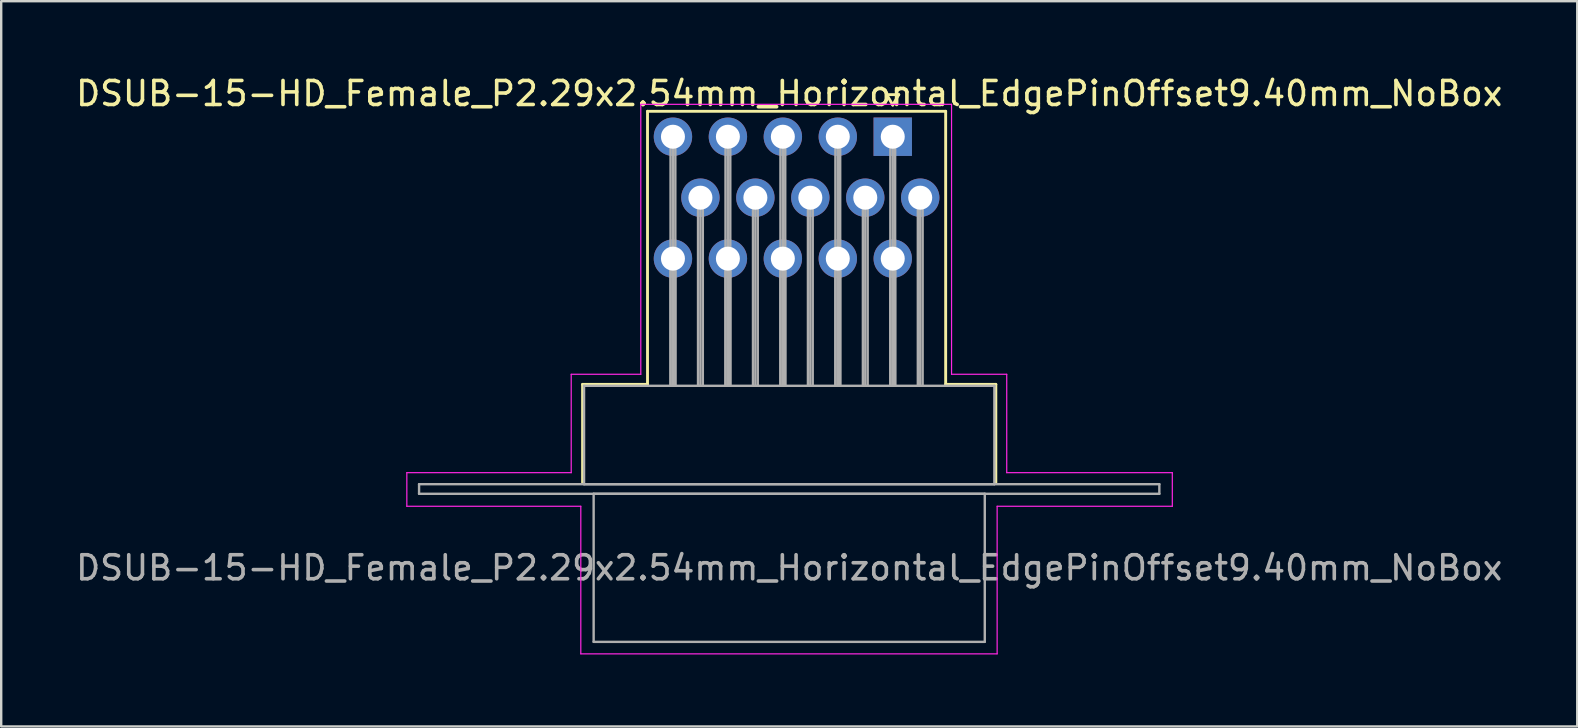
<source format=kicad_pcb>
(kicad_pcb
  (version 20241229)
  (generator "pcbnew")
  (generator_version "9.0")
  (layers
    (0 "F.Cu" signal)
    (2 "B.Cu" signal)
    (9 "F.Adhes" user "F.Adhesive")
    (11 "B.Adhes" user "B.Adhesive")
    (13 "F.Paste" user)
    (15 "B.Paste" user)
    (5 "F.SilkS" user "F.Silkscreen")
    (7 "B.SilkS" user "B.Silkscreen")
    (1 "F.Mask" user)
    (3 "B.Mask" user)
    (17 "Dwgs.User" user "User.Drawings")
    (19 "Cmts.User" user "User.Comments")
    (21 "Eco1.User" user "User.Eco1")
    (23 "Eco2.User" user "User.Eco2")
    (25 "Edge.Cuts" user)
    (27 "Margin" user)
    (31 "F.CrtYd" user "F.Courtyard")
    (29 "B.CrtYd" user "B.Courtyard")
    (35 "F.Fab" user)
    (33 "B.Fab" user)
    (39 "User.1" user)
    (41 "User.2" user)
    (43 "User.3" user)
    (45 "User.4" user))
  (footprint "DSUB-15-HD_Female_P2.29x2.54mm_Horizontal_EdgePinOffset9.40mm_NoBox"
    (layer "F.Cu")
    (at 34.154 2.648)
    (property "Reference" "DSUB-15-HD_Female_P2.29x2.54mm_Horizontal_EdgePinOffset9.40mm_NoBox" (at -4.315 -1.8 0) (layer "F.SilkS") (effects (font (size 1 1) (thickness 0.15))))
    (attr through_hole)
    (fp_line (start -12.925 10.32) (end -10.22 10.32) (stroke (width 0.12) (type solid)) (layer "F.SilkS"))
    (fp_line (start -12.925 14.42) (end -12.925 10.32) (stroke (width 0.12) (type solid)) (layer "F.SilkS"))
    (fp_line (start -10.22 -1.06) (end 2.205 -1.06) (stroke (width 0.12) (type solid)) (layer "F.SilkS"))
    (fp_line (start -10.22 10.32) (end -10.22 -1.06) (stroke (width 0.12) (type solid)) (layer "F.SilkS"))
    (fp_line (start -0.25 -1.754) (end 0.25 -1.754) (stroke (width 0.12) (type solid)) (layer "F.SilkS"))
    (fp_line (start 0 -1.321) (end -0.25 -1.754) (stroke (width 0.12) (type solid)) (layer "F.SilkS"))
    (fp_line (start 0.25 -1.754) (end 0 -1.321) (stroke (width 0.12) (type solid)) (layer "F.SilkS"))
    (fp_line (start 2.205 -1.06) (end 2.205 10.32) (stroke (width 0.12) (type solid)) (layer "F.SilkS"))
    (fp_line (start 2.205 10.32) (end 4.295 10.32) (stroke (width 0.12) (type solid)) (layer "F.SilkS"))
    (fp_line (start 4.295 10.32) (end 4.295 14.42) (stroke (width 0.12) (type solid)) (layer "F.SilkS"))
    (fp_line (start -20.25 14) (end -13.4 14) (stroke (width 0.05) (type solid)) (layer "F.CrtYd"))
    (fp_line (start -20.25 15.4) (end -20.25 14) (stroke (width 0.05) (type solid)) (layer "F.CrtYd"))
    (fp_line (start -13.4 9.9) (end -10.5 9.9) (stroke (width 0.05) (type solid)) (layer "F.CrtYd"))
    (fp_line (start -13.4 14) (end -13.4 9.9) (stroke (width 0.05) (type solid)) (layer "F.CrtYd"))
    (fp_line (start -13 15.4) (end -20.25 15.4) (stroke (width 0.05) (type solid)) (layer "F.CrtYd"))
    (fp_line (start -13 21.55) (end -13 15.4) (stroke (width 0.05) (type solid)) (layer "F.CrtYd"))
    (fp_line (start -10.5 -1.35) (end 2.45 -1.35) (stroke (width 0.05) (type solid)) (layer "F.CrtYd"))
    (fp_line (start -10.5 9.9) (end -10.5 -1.35) (stroke (width 0.05) (type solid)) (layer "F.CrtYd"))
    (fp_line (start 2.45 -1.35) (end 2.45 9.9) (stroke (width 0.05) (type solid)) (layer "F.CrtYd"))
    (fp_line (start 2.45 9.9) (end 4.75 9.9) (stroke (width 0.05) (type solid)) (layer "F.CrtYd"))
    (fp_line (start 4.35 15.4) (end 4.35 21.55) (stroke (width 0.05) (type solid)) (layer "F.CrtYd"))
    (fp_line (start 4.35 21.55) (end -13 21.55) (stroke (width 0.05) (type solid)) (layer "F.CrtYd"))
    (fp_line (start 4.75 9.9) (end 4.75 14) (stroke (width 0.05) (type solid)) (layer "F.CrtYd"))
    (fp_line (start 4.75 14) (end 11.65 14) (stroke (width 0.05) (type solid)) (layer "F.CrtYd"))
    (fp_line (start 11.65 14) (end 11.65 15.4) (stroke (width 0.05) (type solid)) (layer "F.CrtYd"))
    (fp_line (start 11.65 15.4) (end 4.35 15.4) (stroke (width 0.05) (type solid)) (layer "F.CrtYd"))
    (fp_line (start -19.74 14.48) (end -19.74 14.88) (stroke (width 0.1) (type solid)) (layer "F.Fab"))
    (fp_line (start -19.74 14.88) (end 11.11 14.88) (stroke (width 0.1) (type solid)) (layer "F.Fab"))
    (fp_line (start -12.865 10.38) (end -12.865 14.48) (stroke (width 0.1) (type solid)) (layer "F.Fab"))
    (fp_line (start -12.865 14.48) (end 4.235 14.48) (stroke (width 0.1) (type solid)) (layer "F.Fab"))
    (fp_line (start -12.465 14.88) (end -12.465 21.05) (stroke (width 0.1) (type solid)) (layer "F.Fab"))
    (fp_line (start -12.465 21.05) (end 3.835 21.05) (stroke (width 0.1) (type solid)) (layer "F.Fab"))
    (fp_line (start -9.26 0) (end -9.26 10.38) (stroke (width 0.1) (type solid)) (layer "F.Fab"))
    (fp_line (start -9.26 5.08) (end -9.26 10.38) (stroke (width 0.1) (type solid)) (layer "F.Fab"))
    (fp_line (start -9.16 0) (end -9.16 10.38) (stroke (width 0.1) (type solid)) (layer "F.Fab"))
    (fp_line (start -9.16 5.08) (end -9.16 10.38) (stroke (width 0.1) (type solid)) (layer "F.Fab"))
    (fp_line (start -9.06 0) (end -9.06 10.38) (stroke (width 0.1) (type solid)) (layer "F.Fab"))
    (fp_line (start -9.06 5.08) (end -9.06 10.38) (stroke (width 0.1) (type solid)) (layer "F.Fab"))
    (fp_line (start -8.115 2.54) (end -8.115 10.38) (stroke (width 0.1) (type solid)) (layer "F.Fab"))
    (fp_line (start -8.015 2.54) (end -8.015 10.38) (stroke (width 0.1) (type solid)) (layer "F.Fab"))
    (fp_line (start -7.915 2.54) (end -7.915 10.38) (stroke (width 0.1) (type solid)) (layer "F.Fab"))
    (fp_line (start -6.97 0) (end -6.97 10.38) (stroke (width 0.1) (type solid)) (layer "F.Fab"))
    (fp_line (start -6.97 5.08) (end -6.97 10.38) (stroke (width 0.1) (type solid)) (layer "F.Fab"))
    (fp_line (start -6.87 0) (end -6.87 10.38) (stroke (width 0.1) (type solid)) (layer "F.Fab"))
    (fp_line (start -6.87 5.08) (end -6.87 10.38) (stroke (width 0.1) (type solid)) (layer "F.Fab"))
    (fp_line (start -6.77 0) (end -6.77 10.38) (stroke (width 0.1) (type solid)) (layer "F.Fab"))
    (fp_line (start -6.77 5.08) (end -6.77 10.38) (stroke (width 0.1) (type solid)) (layer "F.Fab"))
    (fp_line (start -5.825 2.54) (end -5.825 10.38) (stroke (width 0.1) (type solid)) (layer "F.Fab"))
    (fp_line (start -5.725 2.54) (end -5.725 10.38) (stroke (width 0.1) (type solid)) (layer "F.Fab"))
    (fp_line (start -5.625 2.54) (end -5.625 10.38) (stroke (width 0.1) (type solid)) (layer "F.Fab"))
    (fp_line (start -4.68 0) (end -4.68 10.38) (stroke (width 0.1) (type solid)) (layer "F.Fab"))
    (fp_line (start -4.68 5.08) (end -4.68 10.38) (stroke (width 0.1) (type solid)) (layer "F.Fab"))
    (fp_line (start -4.58 0) (end -4.58 10.38) (stroke (width 0.1) (type solid)) (layer "F.Fab"))
    (fp_line (start -4.58 5.08) (end -4.58 10.38) (stroke (width 0.1) (type solid)) (layer "F.Fab"))
    (fp_line (start -4.48 0) (end -4.48 10.38) (stroke (width 0.1) (type solid)) (layer "F.Fab"))
    (fp_line (start -4.48 5.08) (end -4.48 10.38) (stroke (width 0.1) (type solid)) (layer "F.Fab"))
    (fp_line (start -3.535 2.54) (end -3.535 10.38) (stroke (width 0.1) (type solid)) (layer "F.Fab"))
    (fp_line (start -3.435 2.54) (end -3.435 10.38) (stroke (width 0.1) (type solid)) (layer "F.Fab"))
    (fp_line (start -3.335 2.54) (end -3.335 10.38) (stroke (width 0.1) (type solid)) (layer "F.Fab"))
    (fp_line (start -2.39 0) (end -2.39 10.38) (stroke (width 0.1) (type solid)) (layer "F.Fab"))
    (fp_line (start -2.39 5.08) (end -2.39 10.38) (stroke (width 0.1) (type solid)) (layer "F.Fab"))
    (fp_line (start -2.29 0) (end -2.29 10.38) (stroke (width 0.1) (type solid)) (layer "F.Fab"))
    (fp_line (start -2.29 5.08) (end -2.29 10.38) (stroke (width 0.1) (type solid)) (layer "F.Fab"))
    (fp_line (start -2.19 0) (end -2.19 10.38) (stroke (width 0.1) (type solid)) (layer "F.Fab"))
    (fp_line (start -2.19 5.08) (end -2.19 10.38) (stroke (width 0.1) (type solid)) (layer "F.Fab"))
    (fp_line (start -1.245 2.54) (end -1.245 10.38) (stroke (width 0.1) (type solid)) (layer "F.Fab"))
    (fp_line (start -1.145 2.54) (end -1.145 10.38) (stroke (width 0.1) (type solid)) (layer "F.Fab"))
    (fp_line (start -1.045 2.54) (end -1.045 10.38) (stroke (width 0.1) (type solid)) (layer "F.Fab"))
    (fp_line (start -0.1 0) (end -0.1 10.38) (stroke (width 0.1) (type solid)) (layer "F.Fab"))
    (fp_line (start -0.1 5.08) (end -0.1 10.38) (stroke (width 0.1) (type solid)) (layer "F.Fab"))
    (fp_line (start 0 0) (end 0 10.38) (stroke (width 0.1) (type solid)) (layer "F.Fab"))
    (fp_line (start 0 5.08) (end 0 10.38) (stroke (width 0.1) (type solid)) (layer "F.Fab"))
    (fp_line (start 0.1 0) (end 0.1 10.38) (stroke (width 0.1) (type solid)) (layer "F.Fab"))
    (fp_line (start 0.1 5.08) (end 0.1 10.38) (stroke (width 0.1) (type solid)) (layer "F.Fab"))
    (fp_line (start 1.045 2.54) (end 1.045 10.38) (stroke (width 0.1) (type solid)) (layer "F.Fab"))
    (fp_line (start 1.145 2.54) (end 1.145 10.38) (stroke (width 0.1) (type solid)) (layer "F.Fab"))
    (fp_line (start 1.245 2.54) (end 1.245 10.38) (stroke (width 0.1) (type solid)) (layer "F.Fab"))
    (fp_line (start 3.835 14.88) (end -12.465 14.88) (stroke (width 0.1) (type solid)) (layer "F.Fab"))
    (fp_line (start 3.835 21.05) (end 3.835 14.88) (stroke (width 0.1) (type solid)) (layer "F.Fab"))
    (fp_line (start 4.235 10.38) (end -12.865 10.38) (stroke (width 0.1) (type solid)) (layer "F.Fab"))
    (fp_line (start 4.235 14.48) (end 4.235 10.38) (stroke (width 0.1) (type solid)) (layer "F.Fab"))
    (fp_line (start 11.11 14.48) (end -19.74 14.48) (stroke (width 0.1) (type solid)) (layer "F.Fab"))
    (fp_line (start 11.11 14.88) (end 11.11 14.48) (stroke (width 0.1) (type solid)) (layer "F.Fab"))
    (fp_text user "${REFERENCE}" (at -4.315 17.965 0) (layer "F.Fab") (effects (font (size 1 1) (thickness 0.15))))
    (pad "1" thru_hole rect (at 0 0) (size 1.6 1.6) (drill 1) (layers "*.Cu" "*.Mask"))
    (pad "2" thru_hole circle (at -2.29 0) (size 1.6 1.6) (drill 1) (layers "*.Cu" "*.Mask"))
    (pad "3" thru_hole circle (at -4.58 0) (size 1.6 1.6) (drill 1) (layers "*.Cu" "*.Mask"))
    (pad "4" thru_hole circle (at -6.87 0) (size 1.6 1.6) (drill 1) (layers "*.Cu" "*.Mask"))
    (pad "5" thru_hole circle (at -9.16 0) (size 1.6 1.6) (drill 1) (layers "*.Cu" "*.Mask"))
    (pad "6" thru_hole circle (at 1.145 2.54) (size 1.6 1.6) (drill 1) (layers "*.Cu" "*.Mask"))
    (pad "7" thru_hole circle (at -1.145 2.54) (size 1.6 1.6) (drill 1) (layers "*.Cu" "*.Mask"))
    (pad "8" thru_hole circle (at -3.435 2.54) (size 1.6 1.6) (drill 1) (layers "*.Cu" "*.Mask"))
    (pad "9" thru_hole circle (at -5.725 2.54) (size 1.6 1.6) (drill 1) (layers "*.Cu" "*.Mask"))
    (pad "10" thru_hole circle (at -8.015 2.54) (size 1.6 1.6) (drill 1) (layers "*.Cu" "*.Mask"))
    (pad "11" thru_hole circle (at 0 5.08) (size 1.6 1.6) (drill 1) (layers "*.Cu" "*.Mask"))
    (pad "12" thru_hole circle (at -2.29 5.08) (size 1.6 1.6) (drill 1) (layers "*.Cu" "*.Mask"))
    (pad "13" thru_hole circle (at -4.58 5.08) (size 1.6 1.6) (drill 1) (layers "*.Cu" "*.Mask"))
    (pad "14" thru_hole circle (at -6.87 5.08) (size 1.6 1.6) (drill 1) (layers "*.Cu" "*.Mask"))
    (pad "15" thru_hole circle (at -9.16 5.08) (size 1.6 1.6) (drill 1) (layers "*.Cu" "*.Mask")))
  (gr_rect
    (start -3 -3)
    (end 62.679 27.223)
    (stroke (width 0.1) (type default))
    (fill no)
    (layer "Edge.Cuts")))
</source>
